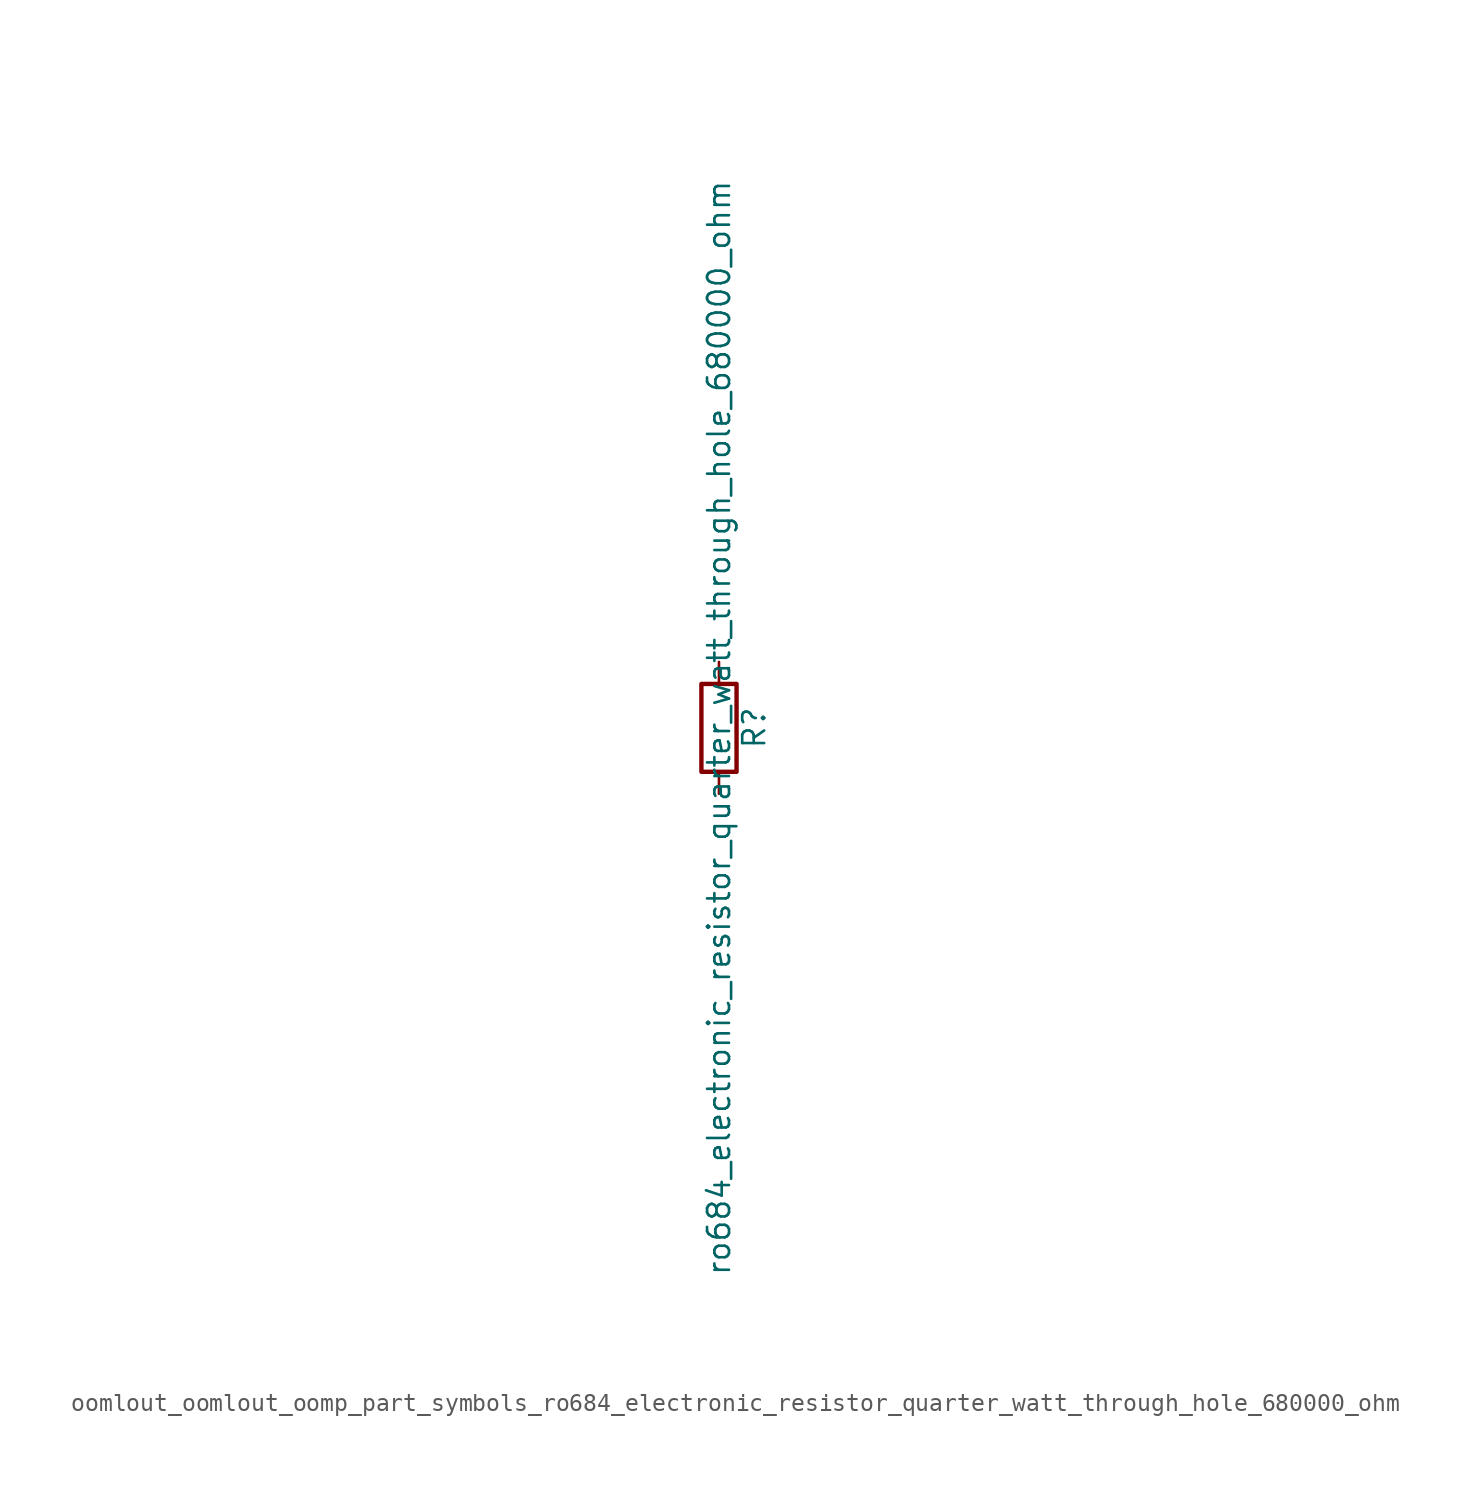
<source format=kicad_sym>
(kicad_symbol_lib
  (version 20220914)
  (generator kicad_symbol_editor)
  (symbol "oomlout_oomlout_oomp_part_symbols_ro684_electronic_resistor_quarter_watt_through_hole_680000_ohm"
    (pin_numbers hide)
    (pin_names
      (offset 0))
    (property "Reference" "R"
      (at 2.032 0 90)
      (effects (font (size 1.27 1.27))))
    (property "Value" "ro684_electronic_resistor_quarter_watt_through_hole_680000_ohm"
      (at 0 0 90)
      (effects (font (size 1.27 1.27))))
    (symbol "oomlout_oomlout_oomp_part_symbols_ro684_electronic_resistor_quarter_watt_through_hole_680000_ohm_0_1"
      (rectangle (start -1.016 -2.54) (end 1.016 2.54) (stroke (width 0.254) (type default)) (fill (type none))))
    (symbol "oomlout_oomlout_oomp_part_symbols_ro684_electronic_resistor_quarter_watt_through_hole_680000_ohm_1_1"
      (pin passive line (at 0 3.81 270) (length 1.27) (name "~" (effects (font (size 1.27 1.27)))) (number "1" (effects (font (size 1.27 1.27)))))
      (pin passive line (at 0 -3.81 90) (length 1.27) (name "~" (effects (font (size 1.27 1.27)))) (number "2" (effects (font (size 1.27 1.27))))))))
</source>
